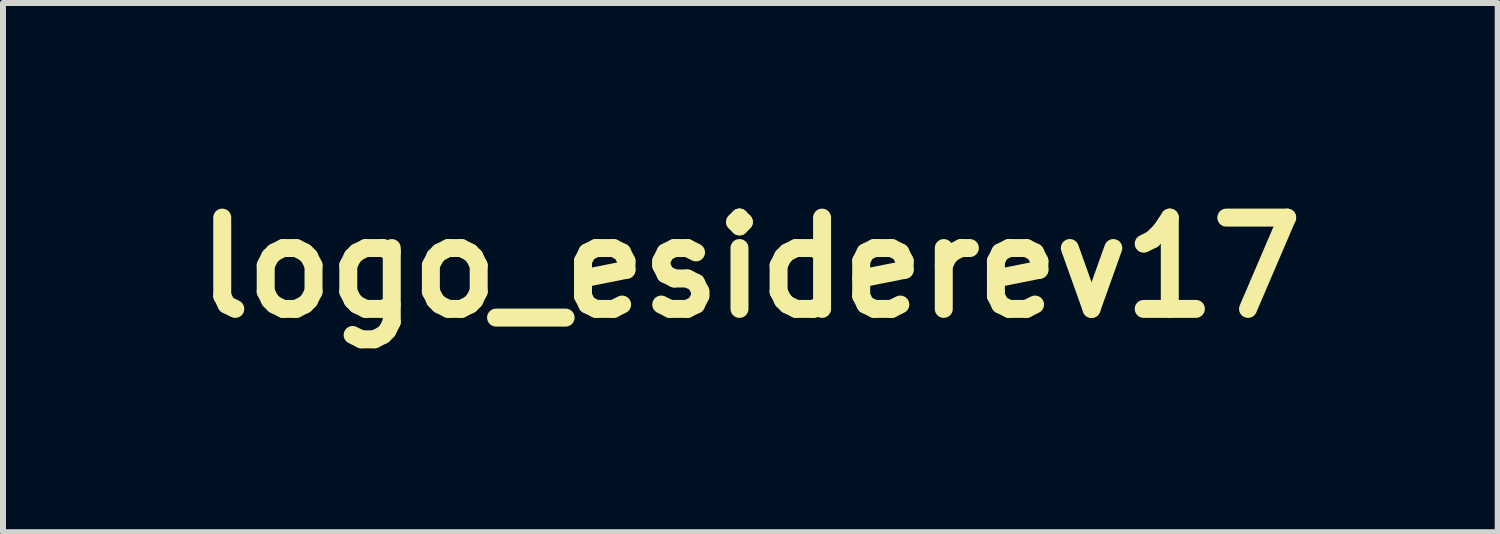
<source format=kicad_pcb>
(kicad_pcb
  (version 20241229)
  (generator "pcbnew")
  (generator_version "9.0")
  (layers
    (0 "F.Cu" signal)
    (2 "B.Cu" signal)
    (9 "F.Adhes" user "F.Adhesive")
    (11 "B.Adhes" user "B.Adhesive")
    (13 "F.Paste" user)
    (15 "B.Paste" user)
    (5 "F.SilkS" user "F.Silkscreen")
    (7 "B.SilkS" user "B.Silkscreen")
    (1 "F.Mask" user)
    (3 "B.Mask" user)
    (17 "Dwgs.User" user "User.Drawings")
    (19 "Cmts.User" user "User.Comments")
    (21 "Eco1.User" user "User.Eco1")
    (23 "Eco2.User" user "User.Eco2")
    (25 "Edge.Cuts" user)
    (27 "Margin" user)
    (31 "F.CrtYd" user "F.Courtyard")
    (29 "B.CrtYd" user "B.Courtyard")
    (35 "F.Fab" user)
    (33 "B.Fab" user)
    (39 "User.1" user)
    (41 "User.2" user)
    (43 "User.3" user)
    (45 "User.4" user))
  (footprint "logo_esiderev17"
    (layer "F.Cu")
    (at 9.478 1.418)
    (property "Reference" "logo_esiderev17" (at 0 0 0) (layer "F.SilkS") (effects (font (size 1.524 1.524) (thickness 0.3))))
    (attr through_hole)
    (fp_poly (pts (xy -5.08 -0.656) (xy -5.355 -0.656) (xy -5.355 -0.974) (xy -5.08 -0.974) (xy -5.08 -0.656)) (stroke (width 0.01) (type solid)) (fill yes) (layer "F.Mask"))
    (fp_poly (pts (xy -5.08 0.995) (xy -5.355 0.995) (xy -5.355 -0.423) (xy -5.08 -0.423) (xy -5.08 0.995)) (stroke (width 0.01) (type solid)) (fill yes) (layer "F.Mask"))
    (fp_poly (pts (xy 6.927 -0.821) (xy 7.056 -0.811) (xy 7.151 -0.79) (xy 7.219 -0.757) (xy 7.268 -0.707) (xy 7.294 -0.662) (xy 7.305 -0.639) (xy 7.313 -0.61) (xy 7.32 -0.573) (xy 7.326 -0.523) (xy 7.33 -0.455) (xy 7.333 -0.365) (xy 7.336 -0.249) (xy 7.338 -0.101) (xy 7.34 0.082) (xy 7.341 0.206) (xy 7.348 0.995) (xy 7.027 0.995) (xy 7.027 0.279) (xy 7.027 0.077) (xy 7.026 -0.087) (xy 7.024 -0.217) (xy 7.021 -0.315) (xy 7.017 -0.387) (xy 7.011 -0.436) (xy 7.004 -0.465) (xy 6.999 -0.475) (xy 6.959 -0.504) (xy 6.888 -0.521) (xy 6.851 -0.524) (xy 6.731 -0.534) (xy 6.731 -0.831) (xy 6.927 -0.821)) (stroke (width 0.01) (type solid)) (fill yes) (layer "F.Mask"))
    (fp_poly (pts (xy 8.366 -0.821) (xy 8.552 -0.819) (xy 8.7 -0.817) (xy 8.816 -0.815) (xy 8.904 -0.812) (xy 8.969 -0.807) (xy 9.017 -0.802) (xy 9.051 -0.794) (xy 9.077 -0.784) (xy 9.1 -0.772) (xy 9.102 -0.771) (xy 9.193 -0.699) (xy 9.248 -0.607) (xy 9.27 -0.491) (xy 9.271 -0.461) (xy 9.269 -0.409) (xy 9.262 -0.359) (xy 9.247 -0.306) (xy 9.223 -0.248) (xy 9.186 -0.179) (xy 9.135 -0.097) (xy 9.067 0.004) (xy 8.98 0.127) (xy 8.872 0.276) (xy 8.756 0.434) (xy 8.349 0.984) (xy 8.152 0.99) (xy 7.955 0.996) (xy 7.997 0.937) (xy 8.02 0.907) (xy 8.064 0.847) (xy 8.127 0.761) (xy 8.206 0.655) (xy 8.297 0.531) (xy 8.397 0.396) (xy 8.487 0.275) (xy 8.606 0.114) (xy 8.701 -0.017) (xy 8.777 -0.121) (xy 8.834 -0.203) (xy 8.875 -0.266) (xy 8.902 -0.313) (xy 8.919 -0.348) (xy 8.926 -0.375) (xy 8.928 -0.398) (xy 8.927 -0.402) (xy 8.923 -0.437) (xy 8.912 -0.465) (xy 8.891 -0.487) (xy 8.856 -0.503) (xy 8.801 -0.515) (xy 8.722 -0.522) (xy 8.615 -0.526) (xy 8.476 -0.528) (xy 8.299 -0.529) (xy 8.26 -0.529) (xy 7.705 -0.529) (xy 7.705 -0.828) (xy 8.366 -0.821)) (stroke (width 0.01) (type solid)) (fill yes) (layer "F.Mask"))
    (fp_poly (pts (xy 5.649 -0.824) (xy 5.707 -0.819) (xy 5.735 -0.812) (xy 5.736 -0.81) (xy 5.729 -0.788) (xy 5.707 -0.73) (xy 5.673 -0.642) (xy 5.628 -0.526) (xy 5.574 -0.388) (xy 5.513 -0.232) (xy 5.445 -0.061) (xy 5.408 0.033) (xy 5.323 0.246) (xy 5.252 0.423) (xy 5.192 0.568) (xy 5.142 0.685) (xy 5.1 0.776) (xy 5.063 0.845) (xy 5.031 0.897) (xy 5.001 0.934) (xy 4.972 0.959) (xy 4.94 0.978) (xy 4.906 0.993) (xy 4.904 0.993) (xy 4.816 1.012) (xy 4.709 1.014) (xy 4.601 1.001) (xy 4.515 0.975) (xy 4.437 0.924) (xy 4.392 0.867) (xy 4.377 0.833) (xy 4.348 0.763) (xy 4.309 0.664) (xy 4.26 0.539) (xy 4.204 0.393) (xy 4.142 0.232) (xy 4.077 0.059) (xy 4.064 0.024) (xy 3.998 -0.149) (xy 3.938 -0.31) (xy 3.883 -0.455) (xy 3.835 -0.58) (xy 3.798 -0.68) (xy 3.771 -0.75) (xy 3.757 -0.786) (xy 3.756 -0.789) (xy 3.752 -0.808) (xy 3.764 -0.819) (xy 3.798 -0.823) (xy 3.862 -0.823) (xy 3.915 -0.821) (xy 4.089 -0.815) (xy 4.364 -0.085) (xy 4.427 0.082) (xy 4.486 0.237) (xy 4.54 0.376) (xy 4.586 0.493) (xy 4.623 0.584) (xy 4.648 0.646) (xy 4.661 0.672) (xy 4.661 0.672) (xy 4.705 0.696) (xy 4.759 0.692) (xy 4.806 0.66) (xy 4.813 0.651) (xy 4.827 0.621) (xy 4.855 0.556) (xy 4.894 0.461) (xy 4.943 0.341) (xy 5 0.201) (xy 5.062 0.045) (xy 5.124 -0.111) (xy 5.406 -0.826) (xy 5.571 -0.826) (xy 5.649 -0.824)) (stroke (width 0.01) (type solid)) (fill yes) (layer "F.Mask"))
    (fp_poly (pts (xy -7.493 -0.529) (xy -7.943 -0.528) (xy -8.126 -0.527) (xy -8.272 -0.524) (xy -8.386 -0.518) (xy -8.472 -0.508) (xy -8.535 -0.496) (xy -8.58 -0.478) (xy -8.612 -0.456) (xy -8.618 -0.451) (xy -8.656 -0.386) (xy -8.673 -0.302) (xy -8.665 -0.216) (xy -8.656 -0.188) (xy -8.638 -0.152) (xy -8.614 -0.123) (xy -8.579 -0.102) (xy -8.528 -0.086) (xy -8.456 -0.075) (xy -8.359 -0.068) (xy -8.231 -0.065) (xy -8.067 -0.064) (xy -7.991 -0.064) (xy -7.493 -0.064) (xy -7.493 0.212) (xy -7.967 0.212) (xy -8.14 0.212) (xy -8.276 0.214) (xy -8.38 0.217) (xy -8.459 0.222) (xy -8.516 0.231) (xy -8.559 0.243) (xy -8.591 0.26) (xy -8.618 0.281) (xy -8.625 0.287) (xy -8.661 0.332) (xy -8.676 0.388) (xy -8.678 0.434) (xy -8.676 0.502) (xy -8.667 0.555) (xy -8.646 0.597) (xy -8.61 0.628) (xy -8.554 0.649) (xy -8.473 0.664) (xy -8.364 0.672) (xy -8.222 0.676) (xy -8.043 0.677) (xy -8.002 0.677) (xy -7.493 0.677) (xy -7.493 0.995) (xy -7.996 0.993) (xy -8.143 0.991) (xy -8.282 0.988) (xy -8.404 0.985) (xy -8.502 0.98) (xy -8.57 0.975) (xy -8.591 0.972) (xy -8.738 0.928) (xy -8.851 0.859) (xy -8.933 0.764) (xy -8.986 0.639) (xy -8.998 0.59) (xy -9.008 0.447) (xy -8.978 0.318) (xy -8.91 0.205) (xy -8.858 0.152) (xy -8.762 0.068) (xy -8.835 0.022) (xy -8.918 -0.053) (xy -8.971 -0.158) (xy -8.993 -0.291) (xy -8.993 -0.368) (xy -8.974 -0.503) (xy -8.931 -0.608) (xy -8.858 -0.69) (xy -8.753 -0.755) (xy -8.746 -0.759) (xy -8.709 -0.775) (xy -8.675 -0.789) (xy -8.638 -0.799) (xy -8.593 -0.806) (xy -8.534 -0.811) (xy -8.454 -0.815) (xy -8.349 -0.818) (xy -8.213 -0.82) (xy -8.059 -0.821) (xy -7.493 -0.828) (xy -7.493 -0.529)) (stroke (width 0.01) (type solid)) (fill yes) (layer "F.Mask"))
    (fp_poly (pts (xy 3.408 -0.529) (xy 2.958 -0.528) (xy 2.775 -0.527) (xy 2.629 -0.524) (xy 2.515 -0.518) (xy 2.429 -0.508) (xy 2.366 -0.496) (xy 2.321 -0.478) (xy 2.289 -0.456) (xy 2.283 -0.451) (xy 2.244 -0.386) (xy 2.228 -0.302) (xy 2.235 -0.216) (xy 2.245 -0.188) (xy 2.263 -0.152) (xy 2.287 -0.123) (xy 2.322 -0.102) (xy 2.373 -0.086) (xy 2.445 -0.075) (xy 2.542 -0.068) (xy 2.67 -0.065) (xy 2.834 -0.064) (xy 2.91 -0.064) (xy 3.408 -0.064) (xy 3.408 0.212) (xy 2.934 0.212) (xy 2.761 0.212) (xy 2.625 0.214) (xy 2.52 0.217) (xy 2.442 0.222) (xy 2.384 0.231) (xy 2.342 0.243) (xy 2.31 0.26) (xy 2.282 0.281) (xy 2.276 0.287) (xy 2.24 0.332) (xy 2.225 0.388) (xy 2.223 0.434) (xy 2.225 0.502) (xy 2.234 0.555) (xy 2.254 0.597) (xy 2.291 0.628) (xy 2.347 0.649) (xy 2.428 0.664) (xy 2.537 0.672) (xy 2.679 0.676) (xy 2.858 0.677) (xy 2.899 0.677) (xy 3.408 0.677) (xy 3.408 0.995) (xy 2.905 0.993) (xy 2.758 0.991) (xy 2.619 0.988) (xy 2.497 0.985) (xy 2.399 0.98) (xy 2.331 0.975) (xy 2.31 0.972) (xy 2.163 0.928) (xy 2.05 0.859) (xy 1.968 0.764) (xy 1.915 0.639) (xy 1.903 0.59) (xy 1.893 0.447) (xy 1.923 0.318) (xy 1.991 0.205) (xy 2.043 0.152) (xy 2.139 0.068) (xy 2.066 0.022) (xy 1.983 -0.053) (xy 1.93 -0.158) (xy 1.908 -0.291) (xy 1.908 -0.368) (xy 1.927 -0.503) (xy 1.97 -0.608) (xy 2.042 -0.69) (xy 2.148 -0.755) (xy 2.155 -0.759) (xy 2.192 -0.775) (xy 2.226 -0.789) (xy 2.263 -0.799) (xy 2.308 -0.806) (xy 2.367 -0.811) (xy 2.447 -0.815) (xy 2.552 -0.818) (xy 2.688 -0.82) (xy 2.842 -0.821) (xy 3.408 -0.828) (xy 3.408 -0.529)) (stroke (width 0.01) (type solid)) (fill yes) (layer "F.Mask"))
    (fp_poly (pts (xy -5.821 -0.169) (xy -6.246 -0.169) (xy -6.412 -0.169) (xy -6.541 -0.165) (xy -6.637 -0.158) (xy -6.706 -0.145) (xy -6.751 -0.126) (xy -6.777 -0.097) (xy -6.79 -0.059) (xy -6.794 -0.009) (xy -6.794 0.004) (xy -6.777 0.088) (xy -6.724 0.151) (xy -6.703 0.153) (xy -6.646 0.156) (xy -6.562 0.16) (xy -6.457 0.164) (xy -6.382 0.167) (xy -6.225 0.175) (xy -6.103 0.187) (xy -6.011 0.204) (xy -5.942 0.229) (xy -5.889 0.264) (xy -5.845 0.31) (xy -5.825 0.339) (xy -5.799 0.382) (xy -5.785 0.425) (xy -5.78 0.483) (xy -5.781 0.567) (xy -5.782 0.582) (xy -5.795 0.706) (xy -5.825 0.798) (xy -5.878 0.869) (xy -5.958 0.927) (xy -5.976 0.937) (xy -6.007 0.952) (xy -6.039 0.964) (xy -6.079 0.972) (xy -6.132 0.979) (xy -6.205 0.983) (xy -6.304 0.987) (xy -6.434 0.989) (xy -6.556 0.991) (xy -7.048 0.998) (xy -7.048 0.72) (xy -6.592 0.72) (xy -6.442 0.72) (xy -6.329 0.719) (xy -6.246 0.717) (xy -6.188 0.713) (xy -6.149 0.707) (xy -6.122 0.698) (xy -6.103 0.685) (xy -6.085 0.668) (xy -6.084 0.668) (xy -6.041 0.6) (xy -6.039 0.528) (xy -6.074 0.461) (xy -6.091 0.441) (xy -6.112 0.427) (xy -6.142 0.416) (xy -6.189 0.409) (xy -6.261 0.404) (xy -6.363 0.4) (xy -6.445 0.397) (xy -6.574 0.392) (xy -6.669 0.387) (xy -6.739 0.379) (xy -6.792 0.368) (xy -6.836 0.354) (xy -6.874 0.335) (xy -6.955 0.283) (xy -7.01 0.213) (xy -7.022 0.191) (xy -7.061 0.077) (xy -7.069 -0.043) (xy -7.05 -0.16) (xy -7.005 -0.264) (xy -6.936 -0.345) (xy -6.9 -0.37) (xy -6.874 -0.384) (xy -6.843 -0.394) (xy -6.802 -0.402) (xy -6.746 -0.408) (xy -6.669 -0.412) (xy -6.564 -0.415) (xy -6.427 -0.418) (xy -6.324 -0.419) (xy -5.821 -0.426) (xy -5.821 -0.169)) (stroke (width 0.01) (type solid)) (fill yes) (layer "F.Mask"))
    (fp_poly (pts (xy 0.718 -0.825) (xy 0.873 -0.822) (xy 0.997 -0.817) (xy 1.095 -0.808) (xy 1.172 -0.794) (xy 1.234 -0.776) (xy 1.285 -0.751) (xy 1.332 -0.72) (xy 1.358 -0.699) (xy 1.443 -0.603) (xy 1.5 -0.484) (xy 1.528 -0.352) (xy 1.529 -0.214) (xy 1.501 -0.081) (xy 1.446 0.041) (xy 1.365 0.141) (xy 1.329 0.17) (xy 1.271 0.209) (xy 1.22 0.237) (xy 1.204 0.244) (xy 1.171 0.262) (xy 1.164 0.274) (xy 1.174 0.298) (xy 1.203 0.351) (xy 1.245 0.427) (xy 1.298 0.52) (xy 1.333 0.581) (xy 1.394 0.685) (xy 1.45 0.781) (xy 1.495 0.86) (xy 1.526 0.916) (xy 1.535 0.932) (xy 1.567 0.995) (xy 1.232 0.995) (xy 1.022 0.64) (xy 0.813 0.286) (xy 0.573 0.28) (xy 0.445 0.279) (xy 0.356 0.284) (xy 0.309 0.295) (xy 0.305 0.298) (xy 0.293 0.318) (xy 0.285 0.357) (xy 0.279 0.421) (xy 0.276 0.516) (xy 0.275 0.648) (xy 0.275 0.659) (xy 0.275 0.995) (xy -0.021 0.995) (xy -0.021 0.562) (xy -0.021 0.416) (xy -0.02 0.306) (xy -0.018 0.226) (xy -0.014 0.171) (xy -0.007 0.133) (xy 0.003 0.106) (xy 0.017 0.085) (xy 0.027 0.073) (xy 0.057 0.045) (xy 0.097 0.022) (xy 0.151 0.006) (xy 0.224 -0.006) (xy 0.322 -0.014) (xy 0.451 -0.018) (xy 0.615 -0.02) (xy 0.669 -0.02) (xy 0.811 -0.021) (xy 0.917 -0.022) (xy 0.993 -0.026) (xy 1.046 -0.031) (xy 1.082 -0.039) (xy 1.108 -0.05) (xy 1.128 -0.064) (xy 1.186 -0.133) (xy 1.216 -0.219) (xy 1.219 -0.311) (xy 1.193 -0.395) (xy 1.157 -0.442) (xy 1.124 -0.468) (xy 1.085 -0.488) (xy 1.035 -0.504) (xy 0.968 -0.515) (xy 0.878 -0.522) (xy 0.761 -0.527) (xy 0.612 -0.529) (xy 0.471 -0.529) (xy -0.021 -0.529) (xy -0.021 -0.826) (xy 0.525 -0.826) (xy 0.718 -0.825)) (stroke (width 0.01) (type solid)) (fill yes) (layer "F.Mask"))
    (fp_poly (pts (xy -3.137 -0.217) (xy -3.139 -0.005) (xy -3.14 0.168) (xy -3.142 0.308) (xy -3.145 0.419) (xy -3.148 0.504) (xy -3.152 0.569) (xy -3.157 0.618) (xy -3.164 0.654) (xy -3.173 0.683) (xy -3.183 0.709) (xy -3.188 0.72) (xy -3.236 0.806) (xy -3.291 0.872) (xy -3.361 0.92) (xy -3.45 0.953) (xy -3.566 0.974) (xy -3.715 0.984) (xy -3.81 0.987) (xy -3.928 0.988) (xy -4.038 0.986) (xy -4.131 0.982) (xy -4.194 0.976) (xy -4.205 0.974) (xy -4.346 0.925) (xy -4.463 0.84) (xy -4.558 0.721) (xy -4.597 0.646) (xy -4.618 0.595) (xy -4.632 0.544) (xy -4.641 0.484) (xy -4.645 0.403) (xy -4.646 0.291) (xy -4.646 0.286) (xy -4.371 0.286) (xy -4.365 0.423) (xy -4.346 0.529) (xy -4.308 0.608) (xy -4.247 0.662) (xy -4.159 0.695) (xy -4.04 0.712) (xy -3.884 0.715) (xy -3.849 0.715) (xy -3.734 0.712) (xy -3.653 0.707) (xy -3.597 0.699) (xy -3.558 0.687) (xy -3.527 0.669) (xy -3.52 0.665) (xy -3.482 0.63) (xy -3.453 0.585) (xy -3.433 0.525) (xy -3.42 0.444) (xy -3.412 0.334) (xy -3.409 0.19) (xy -3.409 0.152) (xy -3.408 -0.173) (xy -3.787 -0.166) (xy -3.925 -0.163) (xy -4.026 -0.159) (xy -4.099 -0.155) (xy -4.15 -0.148) (xy -4.185 -0.138) (xy -4.212 -0.125) (xy -4.227 -0.114) (xy -4.289 -0.059) (xy -4.331 0.005) (xy -4.357 0.085) (xy -4.369 0.191) (xy -4.371 0.286) (xy -4.646 0.286) (xy -4.646 0.275) (xy -4.645 0.162) (xy -4.642 0.081) (xy -4.635 0.022) (xy -4.623 -0.028) (xy -4.603 -0.076) (xy -4.587 -0.111) (xy -4.541 -0.188) (xy -4.487 -0.259) (xy -4.45 -0.295) (xy -4.394 -0.337) (xy -4.336 -0.369) (xy -4.27 -0.392) (xy -4.189 -0.408) (xy -4.085 -0.418) (xy -3.953 -0.422) (xy -3.796 -0.423) (xy -3.408 -0.423) (xy -3.408 -1.058) (xy -3.13 -1.058) (xy -3.137 -0.217)) (stroke (width 0.01) (type solid)) (fill yes) (layer "F.Mask"))
    (fp_poly (pts (xy -1.799 -0.422) (xy -1.675 -0.418) (xy -1.58 -0.411) (xy -1.508 -0.398) (xy -1.453 -0.378) (xy -1.407 -0.352) (xy -1.368 -0.32) (xy -1.302 -0.24) (xy -1.264 -0.143) (xy -1.249 -0.019) (xy -1.249 0.005) (xy -1.266 0.14) (xy -1.314 0.25) (xy -1.393 0.332) (xy -1.418 0.348) (xy -1.446 0.363) (xy -1.479 0.374) (xy -1.523 0.382) (xy -1.583 0.389) (xy -1.667 0.394) (xy -1.779 0.398) (xy -1.928 0.402) (xy -1.947 0.402) (xy -2.402 0.413) (xy -2.401 0.516) (xy -2.395 0.587) (xy -2.376 0.633) (xy -2.342 0.67) (xy -2.322 0.686) (xy -2.301 0.698) (xy -2.273 0.707) (xy -2.233 0.713) (xy -2.174 0.717) (xy -2.091 0.719) (xy -1.978 0.719) (xy -1.829 0.72) (xy -1.798 0.72) (xy -1.312 0.72) (xy -1.312 0.995) (xy -1.783 0.992) (xy -1.925 0.991) (xy -2.056 0.989) (xy -2.17 0.985) (xy -2.26 0.981) (xy -2.317 0.977) (xy -2.328 0.975) (xy -2.431 0.942) (xy -2.521 0.892) (xy -2.566 0.853) (xy -2.6 0.81) (xy -2.625 0.762) (xy -2.644 0.703) (xy -2.656 0.625) (xy -2.663 0.523) (xy -2.666 0.389) (xy -2.667 0.269) (xy -2.667 0.13) (xy -2.666 0.094) (xy -2.413 0.094) (xy -2.413 0.191) (xy -2.015 0.191) (xy -1.875 0.19) (xy -1.771 0.189) (xy -1.696 0.186) (xy -1.645 0.181) (xy -1.612 0.173) (xy -1.588 0.162) (xy -1.57 0.147) (xy -1.534 0.088) (xy -1.524 0.011) (xy -1.54 -0.066) (xy -1.564 -0.109) (xy -1.583 -0.129) (xy -1.605 -0.143) (xy -1.639 -0.152) (xy -1.692 -0.158) (xy -1.772 -0.162) (xy -1.886 -0.166) (xy -1.898 -0.166) (xy -2.031 -0.167) (xy -2.144 -0.164) (xy -2.229 -0.157) (xy -2.27 -0.149) (xy -2.346 -0.107) (xy -2.393 -0.036) (xy -2.412 0.067) (xy -2.413 0.094) (xy -2.666 0.094) (xy -2.665 0.026) (xy -2.662 -0.049) (xy -2.656 -0.104) (xy -2.647 -0.146) (xy -2.634 -0.181) (xy -2.618 -0.213) (xy -2.569 -0.285) (xy -2.501 -0.34) (xy -2.457 -0.365) (xy -2.416 -0.386) (xy -2.379 -0.401) (xy -2.339 -0.411) (xy -2.289 -0.418) (xy -2.221 -0.421) (xy -2.127 -0.423) (xy -2 -0.423) (xy -1.959 -0.423) (xy -1.799 -0.422)) (stroke (width 0.01) (type solid)) (fill yes) (layer "F.Mask")))
  (gr_rect
    (start -3 -3)
    (end 21.956 5.836)
    (stroke (width 0.1) (type default))
    (fill no)
    (layer "Edge.Cuts")))
</source>
